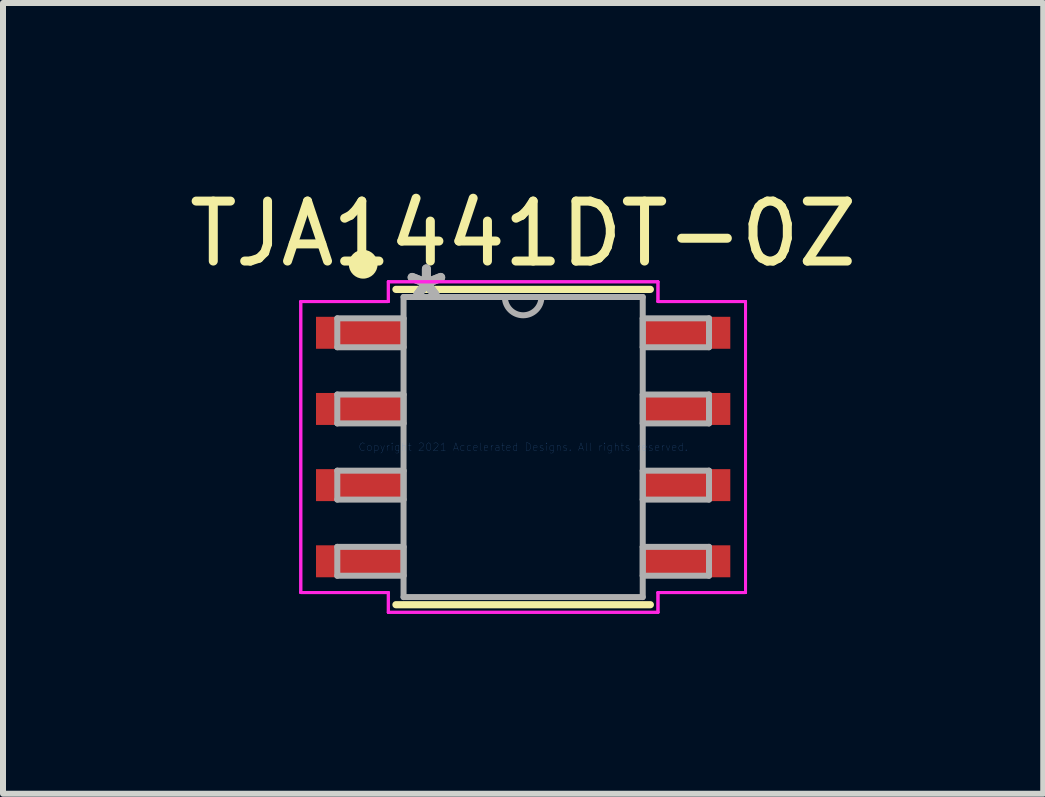
<source format=kicad_pcb>
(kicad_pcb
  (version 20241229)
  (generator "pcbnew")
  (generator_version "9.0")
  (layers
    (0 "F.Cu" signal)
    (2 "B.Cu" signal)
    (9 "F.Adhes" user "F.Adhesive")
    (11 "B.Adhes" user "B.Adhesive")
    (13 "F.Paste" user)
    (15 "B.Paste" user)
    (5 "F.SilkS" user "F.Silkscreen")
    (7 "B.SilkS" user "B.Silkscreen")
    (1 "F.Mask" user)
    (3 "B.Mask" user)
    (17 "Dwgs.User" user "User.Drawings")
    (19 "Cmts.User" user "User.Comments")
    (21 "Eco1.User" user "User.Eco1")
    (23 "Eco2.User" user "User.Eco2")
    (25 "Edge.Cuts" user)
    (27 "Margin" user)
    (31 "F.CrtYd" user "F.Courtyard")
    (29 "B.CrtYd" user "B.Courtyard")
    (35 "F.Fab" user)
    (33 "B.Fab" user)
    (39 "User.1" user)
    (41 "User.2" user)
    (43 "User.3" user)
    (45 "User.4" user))
  (footprint "TJA1441DT-0Z"
    (layer "F.Cu")
    (at 5.673 4.404)
    (property "Reference" "TJA1441DT-0Z" (at 0 -3.556 0) (layer "F.SilkS") (effects (font (size 1 1) (thickness 0.15))))
    (attr through_hole)
    (fp_line (start -2.121 2.629) (end 2.121 2.629) (stroke (width 0.12) (type solid)) (layer "F.SilkS"))
    (fp_line (start 2.121 -2.629) (end -2.121 -2.629) (stroke (width 0.12) (type solid)) (layer "F.SilkS"))
    (fp_circle (center -2.667 -3.048) (end -2.487 -3.048) (stroke (width 0.12) (type solid)) (fill yes) (layer "F.SilkS"))
    (fp_line (start -3.708 -2.426) (end -2.248 -2.426) (stroke (width 0.05) (type solid)) (layer "F.CrtYd"))
    (fp_line (start -3.708 -2.426) (end -2.248 -2.426) (stroke (width 0.05) (type solid)) (layer "F.CrtYd"))
    (fp_line (start -3.708 2.426) (end -3.708 -2.426) (stroke (width 0.05) (type solid)) (layer "F.CrtYd"))
    (fp_line (start -3.708 2.426) (end -3.708 -2.426) (stroke (width 0.05) (type solid)) (layer "F.CrtYd"))
    (fp_line (start -3.708 2.426) (end -2.248 2.426) (stroke (width 0.05) (type solid)) (layer "F.CrtYd"))
    (fp_line (start -2.248 -2.756) (end 2.248 -2.756) (stroke (width 0.05) (type solid)) (layer "F.CrtYd"))
    (fp_line (start -2.248 -2.756) (end 2.248 -2.756) (stroke (width 0.05) (type solid)) (layer "F.CrtYd"))
    (fp_line (start -2.248 -2.426) (end -2.248 -2.756) (stroke (width 0.05) (type solid)) (layer "F.CrtYd"))
    (fp_line (start -2.248 -2.426) (end -2.248 -2.756) (stroke (width 0.05) (type solid)) (layer "F.CrtYd"))
    (fp_line (start -2.248 2.426) (end -3.708 2.426) (stroke (width 0.05) (type solid)) (layer "F.CrtYd"))
    (fp_line (start -2.248 2.756) (end -2.248 2.426) (stroke (width 0.05) (type solid)) (layer "F.CrtYd"))
    (fp_line (start -2.248 2.756) (end -2.248 2.426) (stroke (width 0.05) (type solid)) (layer "F.CrtYd"))
    (fp_line (start 2.248 -2.756) (end 2.248 -2.426) (stroke (width 0.05) (type solid)) (layer "F.CrtYd"))
    (fp_line (start 2.248 -2.756) (end 2.248 -2.426) (stroke (width 0.05) (type solid)) (layer "F.CrtYd"))
    (fp_line (start 2.248 -2.426) (end 3.708 -2.426) (stroke (width 0.05) (type solid)) (layer "F.CrtYd"))
    (fp_line (start 2.248 2.426) (end 2.248 2.756) (stroke (width 0.05) (type solid)) (layer "F.CrtYd"))
    (fp_line (start 2.248 2.426) (end 2.248 2.756) (stroke (width 0.05) (type solid)) (layer "F.CrtYd"))
    (fp_line (start 2.248 2.756) (end -2.248 2.756) (stroke (width 0.05) (type solid)) (layer "F.CrtYd"))
    (fp_line (start 2.248 2.756) (end -2.248 2.756) (stroke (width 0.05) (type solid)) (layer "F.CrtYd"))
    (fp_line (start 3.708 -2.426) (end 2.248 -2.426) (stroke (width 0.05) (type solid)) (layer "F.CrtYd"))
    (fp_line (start 3.708 -2.426) (end 3.708 2.426) (stroke (width 0.05) (type solid)) (layer "F.CrtYd"))
    (fp_line (start 3.708 -2.426) (end 3.708 2.426) (stroke (width 0.05) (type solid)) (layer "F.CrtYd"))
    (fp_line (start 3.708 2.426) (end 2.248 2.426) (stroke (width 0.05) (type solid)) (layer "F.CrtYd"))
    (fp_line (start 3.708 2.426) (end 2.248 2.426) (stroke (width 0.05) (type solid)) (layer "F.CrtYd"))
    (fp_line (start -3.099 -2.146) (end -3.099 -1.664) (stroke (width 0.1) (type solid)) (layer "F.Fab"))
    (fp_line (start -3.099 -1.664) (end -1.994 -1.664) (stroke (width 0.1) (type solid)) (layer "F.Fab"))
    (fp_line (start -3.099 -0.876) (end -3.099 -0.394) (stroke (width 0.1) (type solid)) (layer "F.Fab"))
    (fp_line (start -3.099 -0.394) (end -1.994 -0.394) (stroke (width 0.1) (type solid)) (layer "F.Fab"))
    (fp_line (start -3.099 0.394) (end -3.099 0.876) (stroke (width 0.1) (type solid)) (layer "F.Fab"))
    (fp_line (start -3.099 0.876) (end -1.994 0.876) (stroke (width 0.1) (type solid)) (layer "F.Fab"))
    (fp_line (start -3.099 1.664) (end -3.099 2.146) (stroke (width 0.1) (type solid)) (layer "F.Fab"))
    (fp_line (start -3.099 2.146) (end -1.994 2.146) (stroke (width 0.1) (type solid)) (layer "F.Fab"))
    (fp_line (start -1.994 -2.502) (end -1.994 2.502) (stroke (width 0.1) (type solid)) (layer "F.Fab"))
    (fp_line (start -1.994 -2.146) (end -3.099 -2.146) (stroke (width 0.1) (type solid)) (layer "F.Fab"))
    (fp_line (start -1.994 -1.664) (end -1.994 -2.146) (stroke (width 0.1) (type solid)) (layer "F.Fab"))
    (fp_line (start -1.994 -0.876) (end -3.099 -0.876) (stroke (width 0.1) (type solid)) (layer "F.Fab"))
    (fp_line (start -1.994 -0.394) (end -1.994 -0.876) (stroke (width 0.1) (type solid)) (layer "F.Fab"))
    (fp_line (start -1.994 0.394) (end -3.099 0.394) (stroke (width 0.1) (type solid)) (layer "F.Fab"))
    (fp_line (start -1.994 0.876) (end -1.994 0.394) (stroke (width 0.1) (type solid)) (layer "F.Fab"))
    (fp_line (start -1.994 1.664) (end -3.099 1.664) (stroke (width 0.1) (type solid)) (layer "F.Fab"))
    (fp_line (start -1.994 2.146) (end -1.994 1.664) (stroke (width 0.1) (type solid)) (layer "F.Fab"))
    (fp_line (start -1.994 2.502) (end 1.994 2.502) (stroke (width 0.1) (type solid)) (layer "F.Fab"))
    (fp_line (start 1.994 -2.502) (end -1.994 -2.502) (stroke (width 0.1) (type solid)) (layer "F.Fab"))
    (fp_line (start 1.994 -2.146) (end 1.994 -1.664) (stroke (width 0.1) (type solid)) (layer "F.Fab"))
    (fp_line (start 1.994 -1.664) (end 3.099 -1.664) (stroke (width 0.1) (type solid)) (layer "F.Fab"))
    (fp_line (start 1.994 -0.876) (end 1.994 -0.394) (stroke (width 0.1) (type solid)) (layer "F.Fab"))
    (fp_line (start 1.994 -0.394) (end 3.099 -0.394) (stroke (width 0.1) (type solid)) (layer "F.Fab"))
    (fp_line (start 1.994 0.394) (end 1.994 0.876) (stroke (width 0.1) (type solid)) (layer "F.Fab"))
    (fp_line (start 1.994 0.876) (end 3.099 0.876) (stroke (width 0.1) (type solid)) (layer "F.Fab"))
    (fp_line (start 1.994 1.664) (end 1.994 2.146) (stroke (width 0.1) (type solid)) (layer "F.Fab"))
    (fp_line (start 1.994 2.146) (end 3.099 2.146) (stroke (width 0.1) (type solid)) (layer "F.Fab"))
    (fp_line (start 1.994 2.502) (end 1.994 -2.502) (stroke (width 0.1) (type solid)) (layer "F.Fab"))
    (fp_line (start 3.099 -2.146) (end 1.994 -2.146) (stroke (width 0.1) (type solid)) (layer "F.Fab"))
    (fp_line (start 3.099 -1.664) (end 3.099 -2.146) (stroke (width 0.1) (type solid)) (layer "F.Fab"))
    (fp_line (start 3.099 -0.876) (end 1.994 -0.876) (stroke (width 0.1) (type solid)) (layer "F.Fab"))
    (fp_line (start 3.099 -0.394) (end 3.099 -0.876) (stroke (width 0.1) (type solid)) (layer "F.Fab"))
    (fp_line (start 3.099 0.394) (end 1.994 0.394) (stroke (width 0.1) (type solid)) (layer "F.Fab"))
    (fp_line (start 3.099 0.876) (end 3.099 0.394) (stroke (width 0.1) (type solid)) (layer "F.Fab"))
    (fp_line (start 3.099 1.664) (end 1.994 1.664) (stroke (width 0.1) (type solid)) (layer "F.Fab"))
    (fp_line (start 3.099 2.146) (end 3.099 1.664) (stroke (width 0.1) (type solid)) (layer "F.Fab"))
    (fp_arc (start 0.3048 -2.5019) (mid 0 -2.1971) (end -0.3048 -2.5019) (stroke (width 0.1) (type solid)) (layer "F.Fab"))
    (fp_text user "Copyright 2021 Accelerated Designs. All rights reserved." (at 0 0 0) (layer "Cmts.User") (effects (font (size 0.127 0.127) (thickness 0.002))))
    (fp_text user "*" (at -1.613 -2.426 0) (layer "F.Fab") (effects (font (size 1 1) (thickness 0.15))))
    (fp_text user "*" (at -1.613 -2.426 0) (layer "F.Fab") (effects (font (size 1 1) (thickness 0.15))))
    (pad "1" smd rect (at -2.724 -1.905) (size 1.46 0.533) (layers "F.Cu" "F.Mask" "F.Paste"))
    (pad "2" smd rect (at -2.724 -0.635) (size 1.46 0.533) (layers "F.Cu" "F.Mask" "F.Paste"))
    (pad "3" smd rect (at -2.724 0.635) (size 1.46 0.533) (layers "F.Cu" "F.Mask" "F.Paste"))
    (pad "4" smd rect (at -2.724 1.905) (size 1.46 0.533) (layers "F.Cu" "F.Mask" "F.Paste"))
    (pad "5" smd rect (at 2.724 1.905) (size 1.46 0.533) (layers "F.Cu" "F.Mask" "F.Paste"))
    (pad "6" smd rect (at 2.724 0.635) (size 1.46 0.533) (layers "F.Cu" "F.Mask" "F.Paste"))
    (pad "7" smd rect (at 2.724 -0.635) (size 1.46 0.533) (layers "F.Cu" "F.Mask" "F.Paste"))
    (pad "8" smd rect (at 2.724 -1.905) (size 1.46 0.533) (layers "F.Cu" "F.Mask" "F.Paste")))
  (gr_rect
    (start -3 -3)
    (end 14.345 10.185)
    (stroke (width 0.1) (type default))
    (fill no)
    (layer "Edge.Cuts")))
</source>
